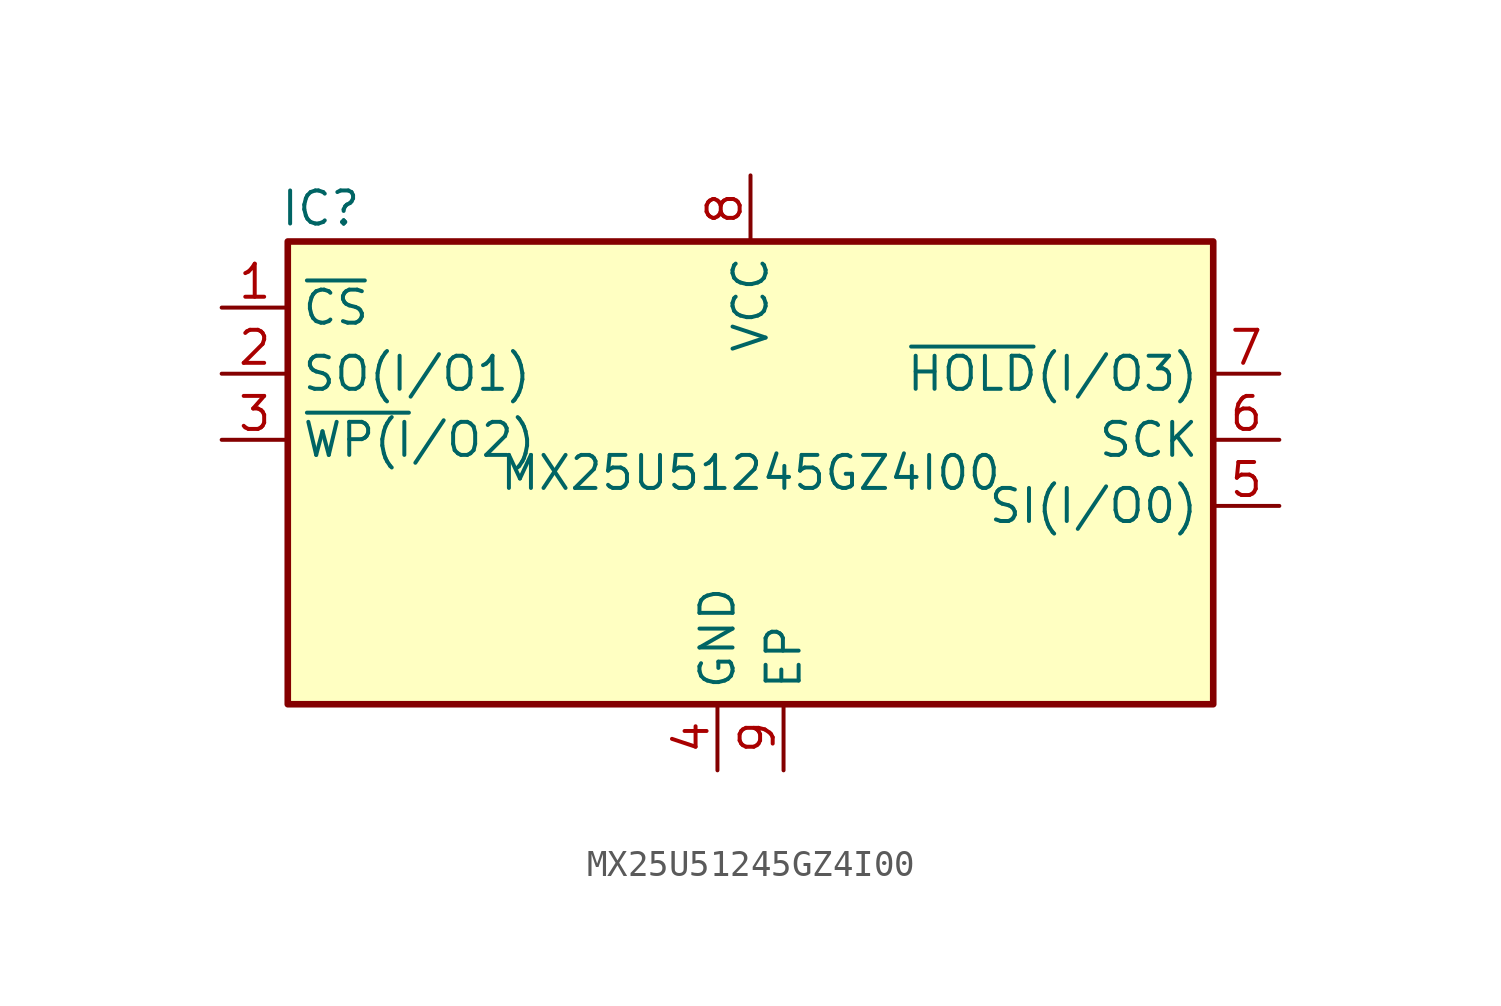
<source format=kicad_sym>
(kicad_symbol_lib
  (version 20231120)
  (generator "kicad_symbol_editor")
  (generator_version "8.0")
  (symbol "MX25U51245GZ4I00"
    (property "Reference" "IC"
      (at -16.51 10.16 0)
      (effects (font (size 1.27 1.27))))
    (property "Value" "MX25U51245GZ4I00"
      (at 0 0 0)
      (effects (font (size 1.27 1.27))))
    (symbol "MX25U51245GZ4I00_1_1"
      (rectangle (start -17.78 8.89) (end 17.78 -8.89) (stroke (width 0.254) (type default)) (fill (type background)))
      (pin passive line (at -20.32 6.35 0) (length 2.54) (name "~{CS}" (effects (font (size 1.27 1.27)))) (number "1" (effects (font (size 1.27 1.27)))))
      (pin passive line (at -20.32 3.81 0) (length 2.54) (name "SO(I/O1)" (effects (font (size 1.27 1.27)))) (number "2" (effects (font (size 1.27 1.27)))))
      (pin passive line (at -20.32 1.27 0) (length 2.54) (name "~{WP(I}/O2)" (effects (font (size 1.27 1.27)))) (number "3" (effects (font (size 1.27 1.27)))))
      (pin passive line (at -1.27 -11.43 90) (length 2.54) (name "GND" (effects (font (size 1.27 1.27)))) (number "4" (effects (font (size 1.27 1.27)))))
      (pin passive line (at 20.32 -1.27 180) (length 2.54) (name "SI(I/O0)" (effects (font (size 1.27 1.27)))) (number "5" (effects (font (size 1.27 1.27)))))
      (pin input line (at 20.32 1.27 180) (length 2.54) (name "SCK" (effects (font (size 1.27 1.27)))) (number "6" (effects (font (size 1.27 1.27)))))
      (pin passive line (at 20.32 3.81 180) (length 2.54) (name "~{HOLD}(I/O3)" (effects (font (size 1.27 1.27)))) (number "7" (effects (font (size 1.27 1.27)))))
      (pin power_in line (at 0 11.43 270) (length 2.54) (name "VCC" (effects (font (size 1.27 1.27)))) (number "8" (effects (font (size 1.27 1.27)))))
      (pin passive line (at 1.27 -11.43 90) (length 2.54) (name "EP" (effects (font (size 1.27 1.27)))) (number "9" (effects (font (size 1.27 1.27))))))))
</source>
